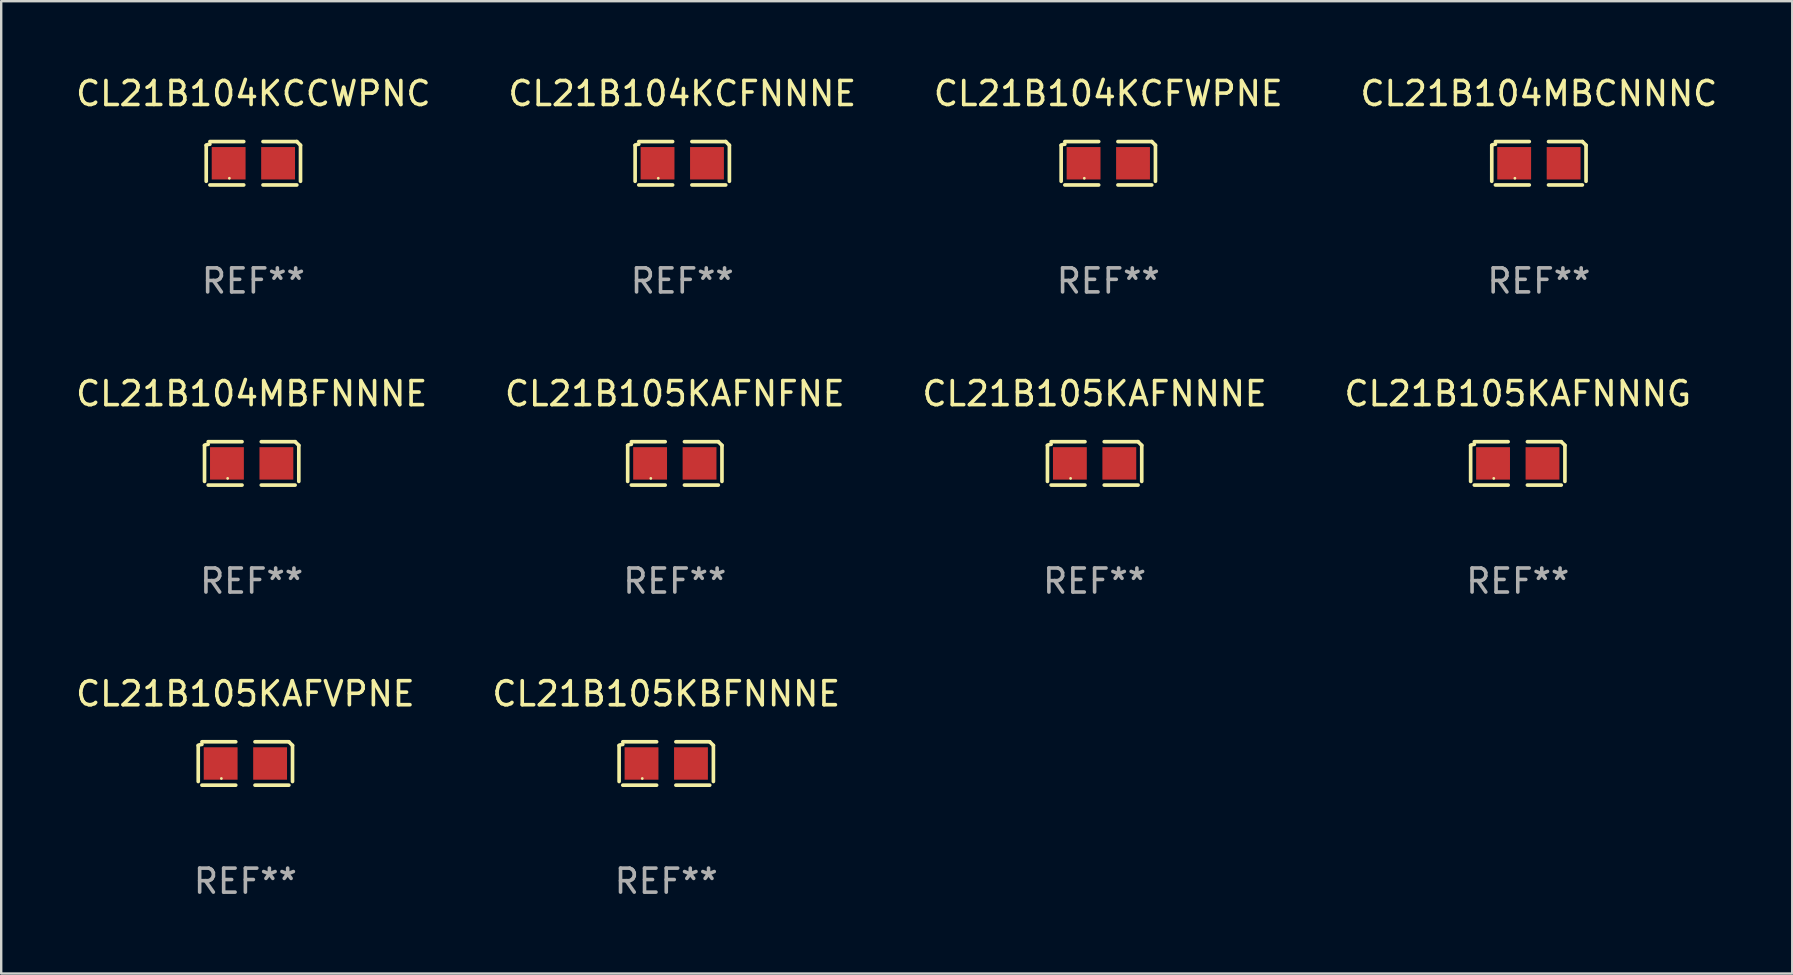
<source format=kicad_pcb>
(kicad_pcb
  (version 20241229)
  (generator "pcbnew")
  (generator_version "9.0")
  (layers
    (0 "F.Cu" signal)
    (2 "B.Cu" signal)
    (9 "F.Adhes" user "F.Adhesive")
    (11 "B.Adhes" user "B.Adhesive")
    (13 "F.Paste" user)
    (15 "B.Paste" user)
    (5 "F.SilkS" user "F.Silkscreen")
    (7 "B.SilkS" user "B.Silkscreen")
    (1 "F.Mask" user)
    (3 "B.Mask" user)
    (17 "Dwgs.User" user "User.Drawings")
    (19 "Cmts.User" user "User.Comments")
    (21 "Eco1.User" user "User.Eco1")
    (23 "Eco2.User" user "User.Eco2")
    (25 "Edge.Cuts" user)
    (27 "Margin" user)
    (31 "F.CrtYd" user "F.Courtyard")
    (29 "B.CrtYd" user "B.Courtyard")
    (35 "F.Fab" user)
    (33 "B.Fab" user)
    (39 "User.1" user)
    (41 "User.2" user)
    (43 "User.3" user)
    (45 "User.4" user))
  (footprint "CL21B105KAFNNNG"
    (layer "F.Cu")
    (at 60.185 16.256)
    (property "Reference" "CL21B105KAFNNNG" (at 0 -2.904 0) (layer "F.SilkS") (effects (font (size 1 1) (thickness 0.15))))
    (attr through_hole)
    (fp_line (start -1.964 0.751) (end -1.964 -0.751) (stroke (width 0.152) (type solid)) (layer "F.SilkS"))
    (fp_line (start -1.811 -0.904) (end -0.401 -0.904) (stroke (width 0.152) (type solid)) (layer "F.SilkS"))
    (fp_line (start -0.401 0.904) (end -1.811 0.904) (stroke (width 0.152) (type solid)) (layer "F.SilkS"))
    (fp_line (start 0.401 0.904) (end 1.811 0.904) (stroke (width 0.152) (type solid)) (layer "F.SilkS"))
    (fp_line (start 1.811 -0.904) (end 0.401 -0.904) (stroke (width 0.152) (type solid)) (layer "F.SilkS"))
    (fp_line (start 1.964 0.751) (end 1.964 -0.751) (stroke (width 0.152) (type solid)) (layer "F.SilkS"))
    (fp_arc (start -1.963602 -0.751207) (mid -1.890354 -0.783131) (end -1.811201 -0.794044) (stroke (width 0.1524) (type solid)) (layer "F.SilkS"))
    (fp_arc (start 1.811202 -0.903607) (mid 1.887413 -0.827418) (end 1.963602 -0.751207) (stroke (width 0.1524) (type solid)) (layer "F.SilkS"))
    (fp_circle (center -1 0.625) (end -0.97 0.625) (stroke (width 0.06) (type solid)) (fill no) (layer "F.SilkS"))
    (fp_text user "REF**" (at 0 4.904 0) (layer "F.Fab") (effects (font (size 1 1) (thickness 0.15))))
    (pad "1" smd rect (at -1.03 0) (size 1.41 1.35) (layers "F.Cu" "F.Mask" "F.Paste"))
    (pad "2" smd rect (at 1.03 0) (size 1.41 1.35) (layers "F.Cu" "F.Mask" "F.Paste")))
  (footprint "CL21B104KCFWPNE"
    (layer "F.Cu")
    (at 43.125 3.752)
    (property "Reference" "CL21B104KCFWPNE" (at 0 -2.904 0) (layer "F.SilkS") (effects (font (size 1 1) (thickness 0.15))))
    (attr through_hole)
    (fp_line (start -1.964 0.751) (end -1.964 -0.751) (stroke (width 0.152) (type solid)) (layer "F.SilkS"))
    (fp_line (start -1.811 -0.904) (end -0.401 -0.904) (stroke (width 0.152) (type solid)) (layer "F.SilkS"))
    (fp_line (start -0.401 0.904) (end -1.811 0.904) (stroke (width 0.152) (type solid)) (layer "F.SilkS"))
    (fp_line (start 0.401 0.904) (end 1.811 0.904) (stroke (width 0.152) (type solid)) (layer "F.SilkS"))
    (fp_line (start 1.811 -0.904) (end 0.401 -0.904) (stroke (width 0.152) (type solid)) (layer "F.SilkS"))
    (fp_line (start 1.964 0.751) (end 1.964 -0.751) (stroke (width 0.152) (type solid)) (layer "F.SilkS"))
    (fp_arc (start -1.963602 -0.751207) (mid -1.890354 -0.783131) (end -1.811201 -0.794044) (stroke (width 0.1524) (type solid)) (layer "F.SilkS"))
    (fp_arc (start 1.811202 -0.903607) (mid 1.887413 -0.827418) (end 1.963602 -0.751207) (stroke (width 0.1524) (type solid)) (layer "F.SilkS"))
    (fp_circle (center -1 0.625) (end -0.97 0.625) (stroke (width 0.06) (type solid)) (fill no) (layer "F.SilkS"))
    (fp_text user "REF**" (at 0 4.904 0) (layer "F.Fab") (effects (font (size 1 1) (thickness 0.15))))
    (pad "1" smd rect (at -1.03 0) (size 1.41 1.35) (layers "F.Cu" "F.Mask" "F.Paste"))
    (pad "2" smd rect (at 1.03 0) (size 1.41 1.35) (layers "F.Cu" "F.Mask" "F.Paste")))
  (footprint "CL21B105KAFNNNE"
    (layer "F.Cu")
    (at 42.554 16.256)
    (property "Reference" "CL21B105KAFNNNE" (at 0 -2.904 0) (layer "F.SilkS") (effects (font (size 1 1) (thickness 0.15))))
    (attr through_hole)
    (fp_line (start -1.964 0.751) (end -1.964 -0.751) (stroke (width 0.152) (type solid)) (layer "F.SilkS"))
    (fp_line (start -1.811 -0.904) (end -0.401 -0.904) (stroke (width 0.152) (type solid)) (layer "F.SilkS"))
    (fp_line (start -0.401 0.904) (end -1.811 0.904) (stroke (width 0.152) (type solid)) (layer "F.SilkS"))
    (fp_line (start 0.401 0.904) (end 1.811 0.904) (stroke (width 0.152) (type solid)) (layer "F.SilkS"))
    (fp_line (start 1.811 -0.904) (end 0.401 -0.904) (stroke (width 0.152) (type solid)) (layer "F.SilkS"))
    (fp_line (start 1.964 0.751) (end 1.964 -0.751) (stroke (width 0.152) (type solid)) (layer "F.SilkS"))
    (fp_arc (start -1.963602 -0.751207) (mid -1.890354 -0.783131) (end -1.811201 -0.794044) (stroke (width 0.1524) (type solid)) (layer "F.SilkS"))
    (fp_arc (start 1.811202 -0.903607) (mid 1.887413 -0.827418) (end 1.963602 -0.751207) (stroke (width 0.1524) (type solid)) (layer "F.SilkS"))
    (fp_circle (center -1 0.625) (end -0.97 0.625) (stroke (width 0.06) (type solid)) (fill no) (layer "F.SilkS"))
    (fp_text user "REF**" (at 0 4.904 0) (layer "F.Fab") (effects (font (size 1 1) (thickness 0.15))))
    (pad "1" smd rect (at -1.03 0) (size 1.41 1.35) (layers "F.Cu" "F.Mask" "F.Paste"))
    (pad "2" smd rect (at 1.03 0) (size 1.41 1.35) (layers "F.Cu" "F.Mask" "F.Paste")))
  (footprint "CL21B104KCCWPNC"
    (layer "F.Cu")
    (at 7.506 3.752)
    (property "Reference" "CL21B104KCCWPNC" (at 0 -2.904 0) (layer "F.SilkS") (effects (font (size 1 1) (thickness 0.15))))
    (attr through_hole)
    (fp_line (start -1.964 0.751) (end -1.964 -0.751) (stroke (width 0.152) (type solid)) (layer "F.SilkS"))
    (fp_line (start -1.811 -0.904) (end -0.401 -0.904) (stroke (width 0.152) (type solid)) (layer "F.SilkS"))
    (fp_line (start -0.401 0.904) (end -1.811 0.904) (stroke (width 0.152) (type solid)) (layer "F.SilkS"))
    (fp_line (start 0.401 0.904) (end 1.811 0.904) (stroke (width 0.152) (type solid)) (layer "F.SilkS"))
    (fp_line (start 1.811 -0.904) (end 0.401 -0.904) (stroke (width 0.152) (type solid)) (layer "F.SilkS"))
    (fp_line (start 1.964 0.751) (end 1.964 -0.751) (stroke (width 0.152) (type solid)) (layer "F.SilkS"))
    (fp_arc (start -1.963602 -0.751207) (mid -1.890354 -0.783131) (end -1.811201 -0.794044) (stroke (width 0.1524) (type solid)) (layer "F.SilkS"))
    (fp_arc (start 1.811202 -0.903607) (mid 1.887413 -0.827418) (end 1.963602 -0.751207) (stroke (width 0.1524) (type solid)) (layer "F.SilkS"))
    (fp_circle (center -1 0.625) (end -0.97 0.625) (stroke (width 0.06) (type solid)) (fill no) (layer "F.SilkS"))
    (fp_text user "REF**" (at 0 4.904 0) (layer "F.Fab") (effects (font (size 1 1) (thickness 0.15))))
    (pad "1" smd rect (at -1.03 0) (size 1.41 1.35) (layers "F.Cu" "F.Mask" "F.Paste"))
    (pad "2" smd rect (at 1.03 0) (size 1.41 1.35) (layers "F.Cu" "F.Mask" "F.Paste")))
  (footprint "CL21B104KCFNNNE"
    (layer "F.Cu")
    (at 25.375 3.752)
    (property "Reference" "CL21B104KCFNNNE" (at 0 -2.904 0) (layer "F.SilkS") (effects (font (size 1 1) (thickness 0.15))))
    (attr through_hole)
    (fp_line (start -1.964 0.751) (end -1.964 -0.751) (stroke (width 0.152) (type solid)) (layer "F.SilkS"))
    (fp_line (start -1.811 -0.904) (end -0.401 -0.904) (stroke (width 0.152) (type solid)) (layer "F.SilkS"))
    (fp_line (start -0.401 0.904) (end -1.811 0.904) (stroke (width 0.152) (type solid)) (layer "F.SilkS"))
    (fp_line (start 0.401 0.904) (end 1.811 0.904) (stroke (width 0.152) (type solid)) (layer "F.SilkS"))
    (fp_line (start 1.811 -0.904) (end 0.401 -0.904) (stroke (width 0.152) (type solid)) (layer "F.SilkS"))
    (fp_line (start 1.964 0.751) (end 1.964 -0.751) (stroke (width 0.152) (type solid)) (layer "F.SilkS"))
    (fp_arc (start -1.963602 -0.751207) (mid -1.890354 -0.783131) (end -1.811201 -0.794044) (stroke (width 0.1524) (type solid)) (layer "F.SilkS"))
    (fp_arc (start 1.811202 -0.903607) (mid 1.887413 -0.827418) (end 1.963602 -0.751207) (stroke (width 0.1524) (type solid)) (layer "F.SilkS"))
    (fp_circle (center -1 0.625) (end -0.97 0.625) (stroke (width 0.06) (type solid)) (fill no) (layer "F.SilkS"))
    (fp_text user "REF**" (at 0 4.904 0) (layer "F.Fab") (effects (font (size 1 1) (thickness 0.15))))
    (pad "1" smd rect (at -1.03 0) (size 1.41 1.35) (layers "F.Cu" "F.Mask" "F.Paste"))
    (pad "2" smd rect (at 1.03 0) (size 1.41 1.35) (layers "F.Cu" "F.Mask" "F.Paste")))
  (footprint "CL21B105KBFNNNE"
    (layer "F.Cu")
    (at 24.708 28.759)
    (property "Reference" "CL21B105KBFNNNE" (at 0 -2.904 0) (layer "F.SilkS") (effects (font (size 1 1) (thickness 0.15))))
    (attr through_hole)
    (fp_line (start -1.964 0.751) (end -1.964 -0.751) (stroke (width 0.152) (type solid)) (layer "F.SilkS"))
    (fp_line (start -1.811 -0.904) (end -0.401 -0.904) (stroke (width 0.152) (type solid)) (layer "F.SilkS"))
    (fp_line (start -0.401 0.904) (end -1.811 0.904) (stroke (width 0.152) (type solid)) (layer "F.SilkS"))
    (fp_line (start 0.401 0.904) (end 1.811 0.904) (stroke (width 0.152) (type solid)) (layer "F.SilkS"))
    (fp_line (start 1.811 -0.904) (end 0.401 -0.904) (stroke (width 0.152) (type solid)) (layer "F.SilkS"))
    (fp_line (start 1.964 0.751) (end 1.964 -0.751) (stroke (width 0.152) (type solid)) (layer "F.SilkS"))
    (fp_arc (start -1.963602 -0.751207) (mid -1.890354 -0.783131) (end -1.811201 -0.794044) (stroke (width 0.1524) (type solid)) (layer "F.SilkS"))
    (fp_arc (start 1.811202 -0.903607) (mid 1.887413 -0.827418) (end 1.963602 -0.751207) (stroke (width 0.1524) (type solid)) (layer "F.SilkS"))
    (fp_circle (center -1 0.625) (end -0.97 0.625) (stroke (width 0.06) (type solid)) (fill no) (layer "F.SilkS"))
    (fp_text user "REF**" (at 0 4.904 0) (layer "F.Fab") (effects (font (size 1 1) (thickness 0.15))))
    (pad "1" smd rect (at -1.03 0) (size 1.41 1.35) (layers "F.Cu" "F.Mask" "F.Paste"))
    (pad "2" smd rect (at 1.03 0) (size 1.41 1.35) (layers "F.Cu" "F.Mask" "F.Paste")))
  (footprint "CL21B104MBCNNNC"
    (layer "F.Cu")
    (at 61.065 3.752)
    (property "Reference" "CL21B104MBCNNNC" (at 0 -2.904 0) (layer "F.SilkS") (effects (font (size 1 1) (thickness 0.15))))
    (attr through_hole)
    (fp_line (start -1.964 0.751) (end -1.964 -0.751) (stroke (width 0.152) (type solid)) (layer "F.SilkS"))
    (fp_line (start -1.811 -0.904) (end -0.401 -0.904) (stroke (width 0.152) (type solid)) (layer "F.SilkS"))
    (fp_line (start -0.401 0.904) (end -1.811 0.904) (stroke (width 0.152) (type solid)) (layer "F.SilkS"))
    (fp_line (start 0.401 0.904) (end 1.811 0.904) (stroke (width 0.152) (type solid)) (layer "F.SilkS"))
    (fp_line (start 1.811 -0.904) (end 0.401 -0.904) (stroke (width 0.152) (type solid)) (layer "F.SilkS"))
    (fp_line (start 1.964 0.751) (end 1.964 -0.751) (stroke (width 0.152) (type solid)) (layer "F.SilkS"))
    (fp_arc (start -1.963602 -0.751207) (mid -1.890354 -0.783131) (end -1.811201 -0.794044) (stroke (width 0.1524) (type solid)) (layer "F.SilkS"))
    (fp_arc (start 1.811202 -0.903607) (mid 1.887413 -0.827418) (end 1.963602 -0.751207) (stroke (width 0.1524) (type solid)) (layer "F.SilkS"))
    (fp_circle (center -1 0.625) (end -0.97 0.625) (stroke (width 0.06) (type solid)) (fill no) (layer "F.SilkS"))
    (fp_text user "REF**" (at 0 4.904 0) (layer "F.Fab") (effects (font (size 1 1) (thickness 0.15))))
    (pad "1" smd rect (at -1.03 0) (size 1.41 1.35) (layers "F.Cu" "F.Mask" "F.Paste"))
    (pad "2" smd rect (at 1.03 0) (size 1.41 1.35) (layers "F.Cu" "F.Mask" "F.Paste")))
  (footprint "CL21B105KAFVPNE"
    (layer "F.Cu")
    (at 7.173 28.759)
    (property "Reference" "CL21B105KAFVPNE" (at 0 -2.904 0) (layer "F.SilkS") (effects (font (size 1 1) (thickness 0.15))))
    (attr through_hole)
    (fp_line (start -1.964 0.751) (end -1.964 -0.751) (stroke (width 0.152) (type solid)) (layer "F.SilkS"))
    (fp_line (start -1.811 -0.904) (end -0.401 -0.904) (stroke (width 0.152) (type solid)) (layer "F.SilkS"))
    (fp_line (start -0.401 0.904) (end -1.811 0.904) (stroke (width 0.152) (type solid)) (layer "F.SilkS"))
    (fp_line (start 0.401 0.904) (end 1.811 0.904) (stroke (width 0.152) (type solid)) (layer "F.SilkS"))
    (fp_line (start 1.811 -0.904) (end 0.401 -0.904) (stroke (width 0.152) (type solid)) (layer "F.SilkS"))
    (fp_line (start 1.964 0.751) (end 1.964 -0.751) (stroke (width 0.152) (type solid)) (layer "F.SilkS"))
    (fp_arc (start -1.963602 -0.751207) (mid -1.890354 -0.783131) (end -1.811201 -0.794044) (stroke (width 0.1524) (type solid)) (layer "F.SilkS"))
    (fp_arc (start 1.811202 -0.903607) (mid 1.887413 -0.827418) (end 1.963602 -0.751207) (stroke (width 0.1524) (type solid)) (layer "F.SilkS"))
    (fp_circle (center -1 0.625) (end -0.97 0.625) (stroke (width 0.06) (type solid)) (fill no) (layer "F.SilkS"))
    (fp_text user "REF**" (at 0 4.904 0) (layer "F.Fab") (effects (font (size 1 1) (thickness 0.15))))
    (pad "1" smd rect (at -1.03 0) (size 1.41 1.35) (layers "F.Cu" "F.Mask" "F.Paste"))
    (pad "2" smd rect (at 1.03 0) (size 1.41 1.35) (layers "F.Cu" "F.Mask" "F.Paste")))
  (footprint "CL21B104MBFNNNE"
    (layer "F.Cu")
    (at 7.435 16.256)
    (property "Reference" "CL21B104MBFNNNE" (at 0 -2.904 0) (layer "F.SilkS") (effects (font (size 1 1) (thickness 0.15))))
    (attr through_hole)
    (fp_line (start -1.964 0.751) (end -1.964 -0.751) (stroke (width 0.152) (type solid)) (layer "F.SilkS"))
    (fp_line (start -1.811 -0.904) (end -0.401 -0.904) (stroke (width 0.152) (type solid)) (layer "F.SilkS"))
    (fp_line (start -0.401 0.904) (end -1.811 0.904) (stroke (width 0.152) (type solid)) (layer "F.SilkS"))
    (fp_line (start 0.401 0.904) (end 1.811 0.904) (stroke (width 0.152) (type solid)) (layer "F.SilkS"))
    (fp_line (start 1.811 -0.904) (end 0.401 -0.904) (stroke (width 0.152) (type solid)) (layer "F.SilkS"))
    (fp_line (start 1.964 0.751) (end 1.964 -0.751) (stroke (width 0.152) (type solid)) (layer "F.SilkS"))
    (fp_arc (start -1.963602 -0.751207) (mid -1.890354 -0.783131) (end -1.811201 -0.794044) (stroke (width 0.1524) (type solid)) (layer "F.SilkS"))
    (fp_arc (start 1.811202 -0.903607) (mid 1.887413 -0.827418) (end 1.963602 -0.751207) (stroke (width 0.1524) (type solid)) (layer "F.SilkS"))
    (fp_circle (center -1 0.625) (end -0.97 0.625) (stroke (width 0.06) (type solid)) (fill no) (layer "F.SilkS"))
    (fp_text user "REF**" (at 0 4.904 0) (layer "F.Fab") (effects (font (size 1 1) (thickness 0.15))))
    (pad "1" smd rect (at -1.03 0) (size 1.41 1.35) (layers "F.Cu" "F.Mask" "F.Paste"))
    (pad "2" smd rect (at 1.03 0) (size 1.41 1.35) (layers "F.Cu" "F.Mask" "F.Paste")))
  (footprint "CL21B105KAFNFNE"
    (layer "F.Cu")
    (at 25.065 16.256)
    (property "Reference" "CL21B105KAFNFNE" (at 0 -2.904 0) (layer "F.SilkS") (effects (font (size 1 1) (thickness 0.15))))
    (attr through_hole)
    (fp_line (start -1.964 0.751) (end -1.964 -0.751) (stroke (width 0.152) (type solid)) (layer "F.SilkS"))
    (fp_line (start -1.811 -0.904) (end -0.401 -0.904) (stroke (width 0.152) (type solid)) (layer "F.SilkS"))
    (fp_line (start -0.401 0.904) (end -1.811 0.904) (stroke (width 0.152) (type solid)) (layer "F.SilkS"))
    (fp_line (start 0.401 0.904) (end 1.811 0.904) (stroke (width 0.152) (type solid)) (layer "F.SilkS"))
    (fp_line (start 1.811 -0.904) (end 0.401 -0.904) (stroke (width 0.152) (type solid)) (layer "F.SilkS"))
    (fp_line (start 1.964 0.751) (end 1.964 -0.751) (stroke (width 0.152) (type solid)) (layer "F.SilkS"))
    (fp_arc (start -1.963602 -0.751207) (mid -1.890354 -0.783131) (end -1.811201 -0.794044) (stroke (width 0.1524) (type solid)) (layer "F.SilkS"))
    (fp_arc (start 1.811202 -0.903607) (mid 1.887413 -0.827418) (end 1.963602 -0.751207) (stroke (width 0.1524) (type solid)) (layer "F.SilkS"))
    (fp_circle (center -1 0.625) (end -0.97 0.625) (stroke (width 0.06) (type solid)) (fill no) (layer "F.SilkS"))
    (fp_text user "REF**" (at 0 4.904 0) (layer "F.Fab") (effects (font (size 1 1) (thickness 0.15))))
    (pad "1" smd rect (at -1.03 0) (size 1.41 1.35) (layers "F.Cu" "F.Mask" "F.Paste"))
    (pad "2" smd rect (at 1.03 0) (size 1.41 1.35) (layers "F.Cu" "F.Mask" "F.Paste")))
  (gr_rect
    (start -3 -3)
    (end 71.619 37.511)
    (stroke (width 0.1) (type default))
    (fill no)
    (layer "Edge.Cuts")))
</source>
